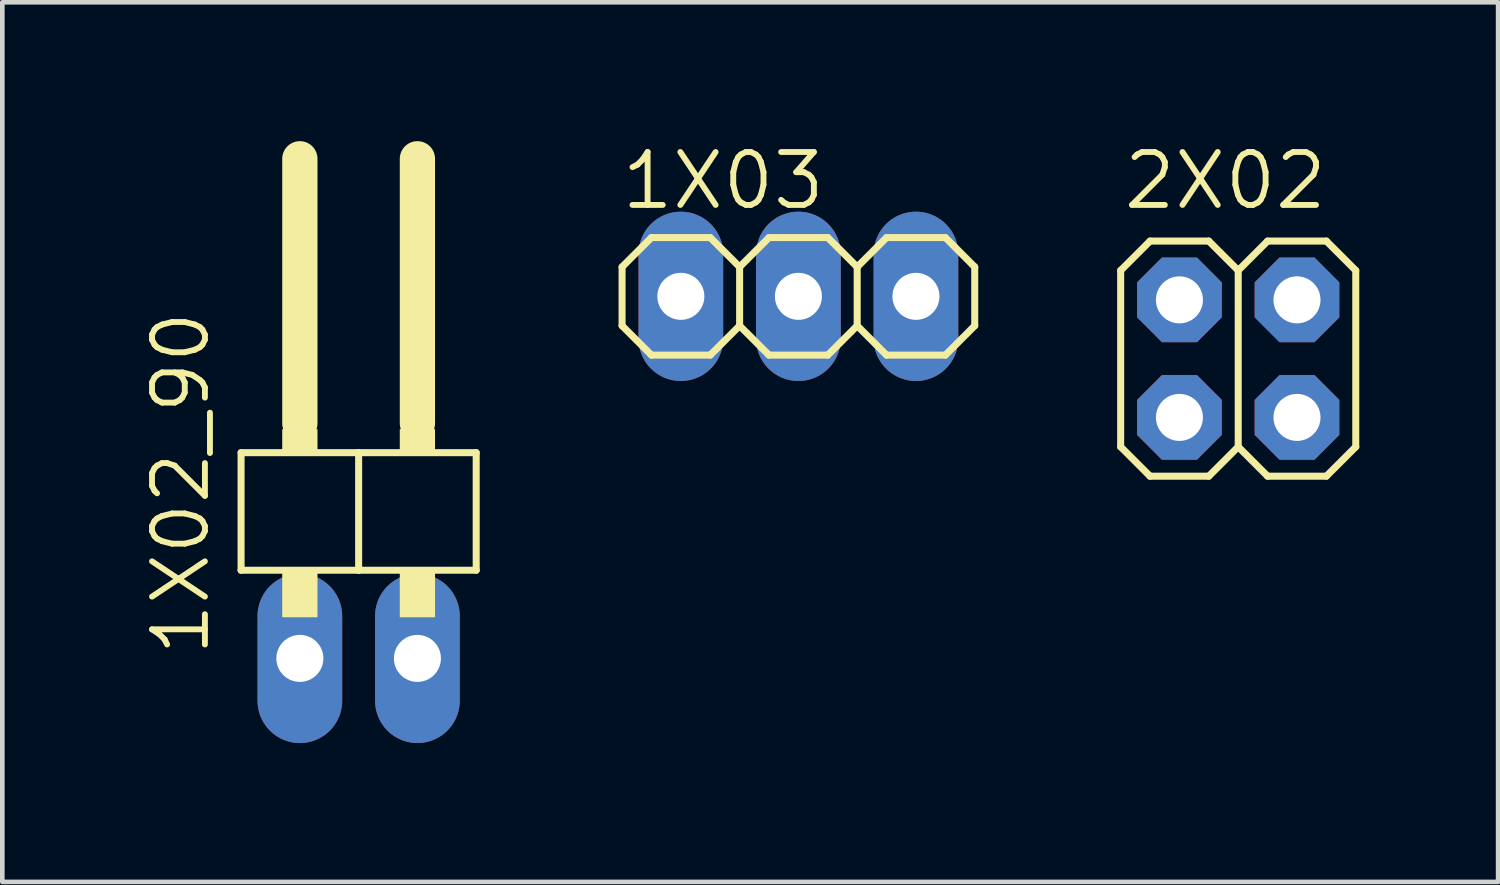
<source format=kicad_pcb>
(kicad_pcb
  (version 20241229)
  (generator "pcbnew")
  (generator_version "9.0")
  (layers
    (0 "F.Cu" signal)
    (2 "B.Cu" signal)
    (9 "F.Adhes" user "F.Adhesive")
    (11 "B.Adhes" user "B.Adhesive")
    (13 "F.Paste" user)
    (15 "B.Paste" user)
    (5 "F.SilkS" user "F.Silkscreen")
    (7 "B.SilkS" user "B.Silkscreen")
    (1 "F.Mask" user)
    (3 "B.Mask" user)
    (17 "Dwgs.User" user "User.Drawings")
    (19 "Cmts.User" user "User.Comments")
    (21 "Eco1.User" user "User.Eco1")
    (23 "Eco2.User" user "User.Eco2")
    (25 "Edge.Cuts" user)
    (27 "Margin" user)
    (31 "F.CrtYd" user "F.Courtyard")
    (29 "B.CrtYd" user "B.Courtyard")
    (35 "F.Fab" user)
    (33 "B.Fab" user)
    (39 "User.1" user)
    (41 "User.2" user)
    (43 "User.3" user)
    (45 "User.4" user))
  (footprint "2X02"
    (layer "F.Cu")
    (at 23.704 4.699)
    (property "Reference" "2X02" (at -2.54 -3.175 0) (layer "F.SilkS") (effects (font (size 1.143 1.143) (thickness 0.127)) (justify left bottom)))
    (fp_line (start -2.54 -1.905) (end -1.905 -2.54) (stroke (width 0.152) (type solid)) (layer "F.SilkS"))
    (fp_line (start -2.54 1.905) (end -2.54 -1.905) (stroke (width 0.152) (type solid)) (layer "F.SilkS"))
    (fp_line (start -2.54 1.905) (end -1.905 2.54) (stroke (width 0.152) (type solid)) (layer "F.SilkS"))
    (fp_line (start -1.905 -2.54) (end -0.635 -2.54) (stroke (width 0.152) (type solid)) (layer "F.SilkS"))
    (fp_line (start -1.905 2.54) (end -0.635 2.54) (stroke (width 0.152) (type solid)) (layer "F.SilkS"))
    (fp_line (start -0.635 -2.54) (end 0 -1.905) (stroke (width 0.152) (type solid)) (layer "F.SilkS"))
    (fp_line (start -0.635 2.54) (end 0 1.905) (stroke (width 0.152) (type solid)) (layer "F.SilkS"))
    (fp_line (start 0 -1.905) (end 0 1.905) (stroke (width 0.152) (type solid)) (layer "F.SilkS"))
    (fp_line (start 0 -1.905) (end 0.635 -2.54) (stroke (width 0.152) (type solid)) (layer "F.SilkS"))
    (fp_line (start 0 1.905) (end 0.635 2.54) (stroke (width 0.152) (type solid)) (layer "F.SilkS"))
    (fp_line (start 0.635 -2.54) (end 1.905 -2.54) (stroke (width 0.152) (type solid)) (layer "F.SilkS"))
    (fp_line (start 0.635 2.54) (end 1.905 2.54) (stroke (width 0.152) (type solid)) (layer "F.SilkS"))
    (fp_line (start 1.905 -2.54) (end 2.54 -1.905) (stroke (width 0.152) (type solid)) (layer "F.SilkS"))
    (fp_line (start 1.905 2.54) (end 2.54 1.905) (stroke (width 0.152) (type solid)) (layer "F.SilkS"))
    (fp_line (start 2.54 -1.905) (end 2.54 1.905) (stroke (width 0.152) (type solid)) (layer "F.SilkS"))
    (fp_poly (pts (xy -1.524 -1.016) (xy -1.016 -1.016) (xy -1.016 -1.524) (xy -1.524 -1.524)) (stroke (width 0.1) (type default)) (fill no) (layer "F.Fab"))
    (fp_poly (pts (xy -1.524 1.524) (xy -1.016 1.524) (xy -1.016 1.016) (xy -1.524 1.016)) (stroke (width 0.1) (type default)) (fill no) (layer "F.Fab"))
    (fp_poly (pts (xy 1.016 -1.016) (xy 1.524 -1.016) (xy 1.524 -1.524) (xy 1.016 -1.524)) (stroke (width 0.1) (type default)) (fill no) (layer "F.Fab"))
    (fp_poly (pts (xy 1.016 1.524) (xy 1.524 1.524) (xy 1.524 1.016) (xy 1.016 1.016)) (stroke (width 0.1) (type default)) (fill no) (layer "F.Fab"))
    (pad "1" thru_hole roundrect (at -1.27 1.27) (size 1.829 1.829) (drill 1.016) (layers "*.Cu" "*.Mask") (roundrect_rratio 0.25) (chamfer_ratio 0.293) (chamfer top_left top_right bottom_left bottom_right))
    (pad "2" thru_hole roundrect (at -1.27 -1.27) (size 1.829 1.829) (drill 1.016) (layers "*.Cu" "*.Mask") (roundrect_rratio 0.25) (chamfer_ratio 0.293) (chamfer top_left top_right bottom_left bottom_right))
    (pad "3" thru_hole roundrect (at 1.27 1.27) (size 1.829 1.829) (drill 1.016) (layers "*.Cu" "*.Mask") (roundrect_rratio 0.25) (chamfer_ratio 0.293) (chamfer top_left top_right bottom_left bottom_right))
    (pad "4" thru_hole roundrect (at 1.27 -1.27) (size 1.829 1.829) (drill 1.016) (layers "*.Cu" "*.Mask") (roundrect_rratio 0.25) (chamfer_ratio 0.293) (chamfer top_left top_right bottom_left bottom_right)))
  (footprint "1X03"
    (layer "F.Cu")
    (at 14.201 3.353)
    (property "Reference" "1X03" (at -3.886 -1.829 0) (layer "F.SilkS") (effects (font (size 1.143 1.143) (thickness 0.127)) (justify left bottom)))
    (fp_line (start -3.81 -0.635) (end -3.81 0.635) (stroke (width 0.152) (type solid)) (layer "F.SilkS"))
    (fp_line (start -3.81 0.635) (end -3.175 1.27) (stroke (width 0.152) (type solid)) (layer "F.SilkS"))
    (fp_line (start -3.175 -1.27) (end -3.81 -0.635) (stroke (width 0.152) (type solid)) (layer "F.SilkS"))
    (fp_line (start -3.175 -1.27) (end -1.905 -1.27) (stroke (width 0.152) (type solid)) (layer "F.SilkS"))
    (fp_line (start -1.905 -1.27) (end -1.27 -0.635) (stroke (width 0.152) (type solid)) (layer "F.SilkS"))
    (fp_line (start -1.905 1.27) (end -3.175 1.27) (stroke (width 0.152) (type solid)) (layer "F.SilkS"))
    (fp_line (start -1.27 -0.635) (end -1.27 0.635) (stroke (width 0.152) (type solid)) (layer "F.SilkS"))
    (fp_line (start -1.27 -0.635) (end -0.635 -1.27) (stroke (width 0.152) (type solid)) (layer "F.SilkS"))
    (fp_line (start -1.27 0.635) (end -1.905 1.27) (stroke (width 0.152) (type solid)) (layer "F.SilkS"))
    (fp_line (start -0.635 -1.27) (end 0.635 -1.27) (stroke (width 0.152) (type solid)) (layer "F.SilkS"))
    (fp_line (start -0.635 1.27) (end -1.27 0.635) (stroke (width 0.152) (type solid)) (layer "F.SilkS"))
    (fp_line (start 0.635 -1.27) (end 1.27 -0.635) (stroke (width 0.152) (type solid)) (layer "F.SilkS"))
    (fp_line (start 0.635 1.27) (end -0.635 1.27) (stroke (width 0.152) (type solid)) (layer "F.SilkS"))
    (fp_line (start 1.27 -0.635) (end 1.27 0.635) (stroke (width 0.152) (type solid)) (layer "F.SilkS"))
    (fp_line (start 1.27 -0.635) (end 1.905 -1.27) (stroke (width 0.152) (type solid)) (layer "F.SilkS"))
    (fp_line (start 1.27 0.635) (end 0.635 1.27) (stroke (width 0.152) (type solid)) (layer "F.SilkS"))
    (fp_line (start 1.905 -1.27) (end 3.175 -1.27) (stroke (width 0.152) (type solid)) (layer "F.SilkS"))
    (fp_line (start 1.905 1.27) (end 1.27 0.635) (stroke (width 0.152) (type solid)) (layer "F.SilkS"))
    (fp_line (start 3.175 -1.27) (end 3.81 -0.635) (stroke (width 0.152) (type solid)) (layer "F.SilkS"))
    (fp_line (start 3.175 1.27) (end 1.905 1.27) (stroke (width 0.152) (type solid)) (layer "F.SilkS"))
    (fp_line (start 3.81 -0.635) (end 3.81 0.635) (stroke (width 0.152) (type solid)) (layer "F.SilkS"))
    (fp_line (start 3.81 0.635) (end 3.175 1.27) (stroke (width 0.152) (type solid)) (layer "F.SilkS"))
    (fp_poly (pts (xy -2.794 0.254) (xy -2.286 0.254) (xy -2.286 -0.254) (xy -2.794 -0.254)) (stroke (width 0.1) (type default)) (fill no) (layer "F.Fab"))
    (fp_poly (pts (xy -0.254 0.254) (xy 0.254 0.254) (xy 0.254 -0.254) (xy -0.254 -0.254)) (stroke (width 0.1) (type default)) (fill no) (layer "F.Fab"))
    (fp_poly (pts (xy 2.286 0.254) (xy 2.794 0.254) (xy 2.794 -0.254) (xy 2.286 -0.254)) (stroke (width 0.1) (type default)) (fill no) (layer "F.Fab"))
    (pad "1" thru_hole oval (at -2.54 0 90) (size 3.658 1.829) (drill 1.016) (layers "*.Cu" "*.Mask"))
    (pad "2" thru_hole oval (at 0 0 90) (size 3.658 1.829) (drill 1.016) (layers "*.Cu" "*.Mask"))
    (pad "3" thru_hole oval (at 2.54 0 90) (size 3.658 1.829) (drill 1.016) (layers "*.Cu" "*.Mask")))
  (footprint "1X02_90"
    (layer "F.Cu")
    (at 4.699 7.366)
    (property "Reference" "1X02_90" (at -3.175 3.81 90) (layer "F.SilkS") (effects (font (size 1.143 1.143) (thickness 0.127)) (justify left bottom)))
    (fp_line (start -2.54 -0.635) (end -2.54 1.905) (stroke (width 0.152) (type solid)) (layer "F.SilkS"))
    (fp_line (start -2.54 1.905) (end 0 1.905) (stroke (width 0.152) (type solid)) (layer "F.SilkS"))
    (fp_line (start -1.27 -6.985) (end -1.27 -1.27) (stroke (width 0.762) (type solid)) (layer "F.SilkS"))
    (fp_line (start 0 -0.635) (end -2.54 -0.635) (stroke (width 0.152) (type solid)) (layer "F.SilkS"))
    (fp_line (start 0 1.905) (end 0 -0.635) (stroke (width 0.152) (type solid)) (layer "F.SilkS"))
    (fp_line (start 0 1.905) (end 2.54 1.905) (stroke (width 0.152) (type solid)) (layer "F.SilkS"))
    (fp_line (start 1.27 -6.985) (end 1.27 -1.27) (stroke (width 0.762) (type solid)) (layer "F.SilkS"))
    (fp_line (start 2.54 -0.635) (end 0 -0.635) (stroke (width 0.152) (type solid)) (layer "F.SilkS"))
    (fp_line (start 2.54 1.905) (end 2.54 -0.635) (stroke (width 0.152) (type solid)) (layer "F.SilkS"))
    (fp_poly (pts (xy -1.651 -0.635) (xy -0.889 -0.635) (xy -0.889 -1.143) (xy -1.651 -1.143)) (stroke (width 0) (type default)) (fill yes) (layer "F.SilkS"))
    (fp_poly (pts (xy -1.651 2.921) (xy -0.889 2.921) (xy -0.889 1.905) (xy -1.651 1.905)) (stroke (width 0) (type default)) (fill yes) (layer "F.SilkS"))
    (fp_poly (pts (xy 0.889 -0.635) (xy 1.651 -0.635) (xy 1.651 -1.143) (xy 0.889 -1.143)) (stroke (width 0) (type default)) (fill yes) (layer "F.SilkS"))
    (fp_poly (pts (xy 0.889 2.921) (xy 1.651 2.921) (xy 1.651 1.905) (xy 0.889 1.905)) (stroke (width 0) (type default)) (fill yes) (layer "F.SilkS"))
    (pad "1" thru_hole oval (at -1.27 3.81 90) (size 3.658 1.829) (drill 1.016) (layers "*.Cu" "*.Mask"))
    (pad "2" thru_hole oval (at 1.27 3.81 90) (size 3.658 1.829) (drill 1.016) (layers "*.Cu" "*.Mask")))
  (gr_rect
    (start -3 -3)
    (end 29.32 16.005)
    (stroke (width 0.1) (type default))
    (fill no)
    (layer "Edge.Cuts")))
</source>
